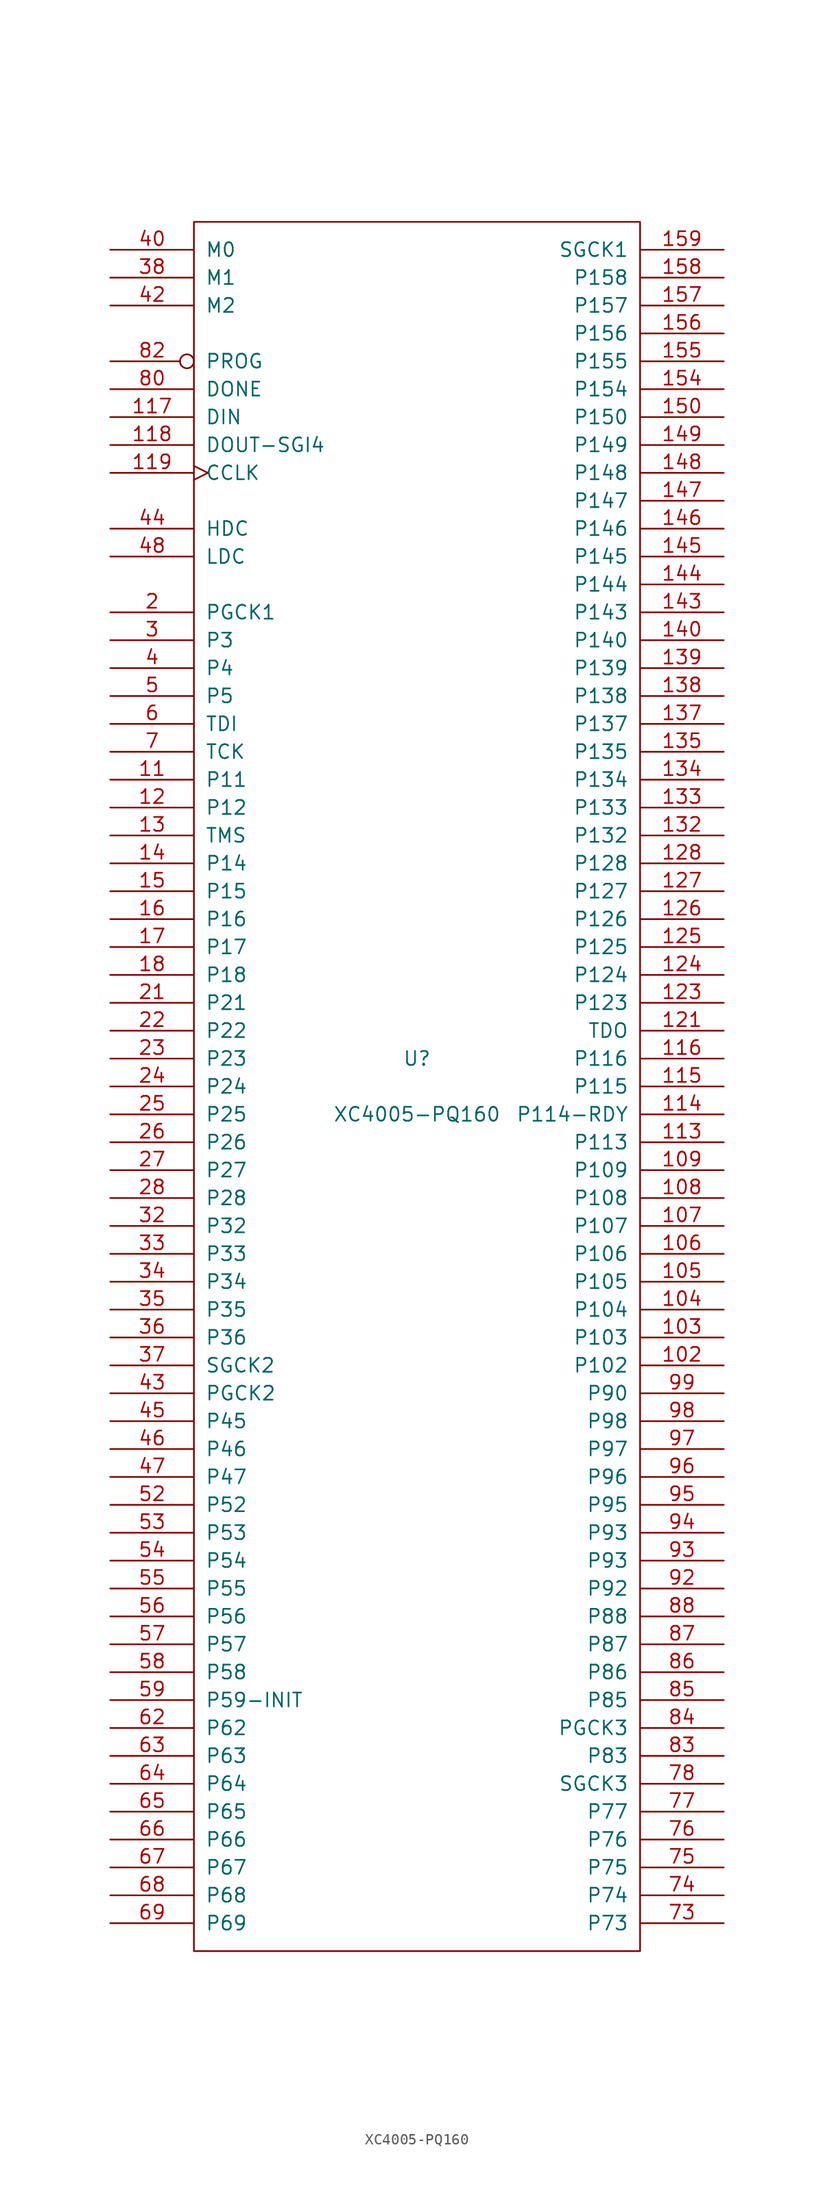
<source format=kicad_sym>
(kicad_symbol_lib
  (version 20211014)
  (generator kicad_symbol_editor)
  (symbol "XC4005-PQ160"
    (pin_names
      (offset 1.016))
    (property "Reference" "U"
      (at 0 2.54 0)
      (effects (font (size 1.27 1.27))))
    (property "Value" "XC4005-PQ160"
      (at 0 -2.54 0)
      (effects (font (size 1.27 1.27))))
    (symbol "XC4005-PQ160_0_1"
      (rectangle (start -20.32 -78.74) (end 20.32 78.74) (stroke (width 0) (type default) (color 0 0 0 0)) (fill (type none))))
    (symbol "XC4005-PQ160_1_1"
      (pin power_in line (at -20.32 -78.74 90) (length 0) hide (name "GND" (effects (font (size 1.27 1.27)))) (number "1" (effects (font (size 1.27 1.27)))))
      (pin power_in line (at -17.78 -78.74 90) (length 0) hide (name "GND" (effects (font (size 1.27 1.27)))) (number "10" (effects (font (size 1.27 1.27)))))
      (pin power_in line (at 0 78.74 270) (length 0) hide (name "VCC" (effects (font (size 1.27 1.27)))) (number "100" (effects (font (size 1.27 1.27)))))
      (pin power_in line (at 5.08 -78.74 90) (length 0) hide (name "GND" (effects (font (size 1.27 1.27)))) (number "101" (effects (font (size 1.27 1.27)))))
      (pin passive line (at 27.94 -25.4 180) (length 7.62) (name "P102" (effects (font (size 1.27 1.27)))) (number "102" (effects (font (size 1.27 1.27)))))
      (pin passive line (at 27.94 -22.86 180) (length 7.62) (name "P103" (effects (font (size 1.27 1.27)))) (number "103" (effects (font (size 1.27 1.27)))))
      (pin passive line (at 27.94 -20.32 180) (length 7.62) (name "P104" (effects (font (size 1.27 1.27)))) (number "104" (effects (font (size 1.27 1.27)))))
      (pin passive line (at 27.94 -17.78 180) (length 7.62) (name "P105" (effects (font (size 1.27 1.27)))) (number "105" (effects (font (size 1.27 1.27)))))
      (pin passive line (at 27.94 -15.24 180) (length 7.62) (name "P106" (effects (font (size 1.27 1.27)))) (number "106" (effects (font (size 1.27 1.27)))))
      (pin passive line (at 27.94 -12.7 180) (length 7.62) (name "P107" (effects (font (size 1.27 1.27)))) (number "107" (effects (font (size 1.27 1.27)))))
      (pin passive line (at 27.94 -10.16 180) (length 7.62) (name "P108" (effects (font (size 1.27 1.27)))) (number "108" (effects (font (size 1.27 1.27)))))
      (pin passive line (at 27.94 -7.62 180) (length 7.62) (name "P109" (effects (font (size 1.27 1.27)))) (number "109" (effects (font (size 1.27 1.27)))))
      (pin passive line (at -27.94 27.94 0) (length 7.62) (name "P11" (effects (font (size 1.27 1.27)))) (number "11" (effects (font (size 1.27 1.27)))))
      (pin power_in line (at 7.62 -78.74 90) (length 0) hide (name "GND" (effects (font (size 1.27 1.27)))) (number "110" (effects (font (size 1.27 1.27)))))
      (pin passive line (at 27.94 -5.08 180) (length 7.62) (name "P113" (effects (font (size 1.27 1.27)))) (number "113" (effects (font (size 1.27 1.27)))))
      (pin passive line (at 27.94 -2.54 180) (length 7.62) (name "P114-RDY" (effects (font (size 1.27 1.27)))) (number "114" (effects (font (size 1.27 1.27)))))
      (pin passive line (at 27.94 0 180) (length 7.62) (name "P115" (effects (font (size 1.27 1.27)))) (number "115" (effects (font (size 1.27 1.27)))))
      (pin passive line (at 27.94 2.54 180) (length 7.62) (name "P116" (effects (font (size 1.27 1.27)))) (number "116" (effects (font (size 1.27 1.27)))))
      (pin input line (at -27.94 60.96 0) (length 7.62) (name "DIN" (effects (font (size 1.27 1.27)))) (number "117" (effects (font (size 1.27 1.27)))))
      (pin passive line (at -27.94 58.42 0) (length 7.62) (name "DOUT-SGI4" (effects (font (size 1.27 1.27)))) (number "118" (effects (font (size 1.27 1.27)))))
      (pin passive clock (at -27.94 55.88 0) (length 7.62) (name "CCLK" (effects (font (size 1.27 1.27)))) (number "119" (effects (font (size 1.27 1.27)))))
      (pin passive line (at -27.94 25.4 0) (length 7.62) (name "P12" (effects (font (size 1.27 1.27)))) (number "12" (effects (font (size 1.27 1.27)))))
      (pin power_in line (at 2.54 78.74 270) (length 0) hide (name "VCC" (effects (font (size 1.27 1.27)))) (number "120" (effects (font (size 1.27 1.27)))))
      (pin output line (at 27.94 5.08 180) (length 7.62) (name "TDO" (effects (font (size 1.27 1.27)))) (number "121" (effects (font (size 1.27 1.27)))))
      (pin power_in line (at 10.16 -78.74 90) (length 0) hide (name "GND" (effects (font (size 1.27 1.27)))) (number "122" (effects (font (size 1.27 1.27)))))
      (pin passive line (at 27.94 7.62 180) (length 7.62) (name "P123" (effects (font (size 1.27 1.27)))) (number "123" (effects (font (size 1.27 1.27)))))
      (pin passive line (at 27.94 10.16 180) (length 7.62) (name "P124" (effects (font (size 1.27 1.27)))) (number "124" (effects (font (size 1.27 1.27)))))
      (pin passive line (at 27.94 12.7 180) (length 7.62) (name "P125" (effects (font (size 1.27 1.27)))) (number "125" (effects (font (size 1.27 1.27)))))
      (pin passive line (at 27.94 15.24 180) (length 7.62) (name "P126" (effects (font (size 1.27 1.27)))) (number "126" (effects (font (size 1.27 1.27)))))
      (pin passive line (at 27.94 17.78 180) (length 7.62) (name "P127" (effects (font (size 1.27 1.27)))) (number "127" (effects (font (size 1.27 1.27)))))
      (pin passive line (at 27.94 20.32 180) (length 7.62) (name "P128" (effects (font (size 1.27 1.27)))) (number "128" (effects (font (size 1.27 1.27)))))
      (pin passive line (at -27.94 22.86 0) (length 7.62) (name "TMS" (effects (font (size 1.27 1.27)))) (number "13" (effects (font (size 1.27 1.27)))))
      (pin power_in line (at 12.7 -78.74 90) (length 0) hide (name "GND" (effects (font (size 1.27 1.27)))) (number "131" (effects (font (size 1.27 1.27)))))
      (pin passive line (at 27.94 22.86 180) (length 7.62) (name "P132" (effects (font (size 1.27 1.27)))) (number "132" (effects (font (size 1.27 1.27)))))
      (pin passive line (at 27.94 25.4 180) (length 7.62) (name "P133" (effects (font (size 1.27 1.27)))) (number "133" (effects (font (size 1.27 1.27)))))
      (pin passive line (at 27.94 27.94 180) (length 7.62) (name "P134" (effects (font (size 1.27 1.27)))) (number "134" (effects (font (size 1.27 1.27)))))
      (pin passive line (at 27.94 30.48 180) (length 7.62) (name "P135" (effects (font (size 1.27 1.27)))) (number "135" (effects (font (size 1.27 1.27)))))
      (pin passive line (at 27.94 33.02 180) (length 7.62) (name "P137" (effects (font (size 1.27 1.27)))) (number "137" (effects (font (size 1.27 1.27)))))
      (pin passive line (at 27.94 35.56 180) (length 7.62) (name "P138" (effects (font (size 1.27 1.27)))) (number "138" (effects (font (size 1.27 1.27)))))
      (pin passive line (at 27.94 38.1 180) (length 7.62) (name "P139" (effects (font (size 1.27 1.27)))) (number "139" (effects (font (size 1.27 1.27)))))
      (pin passive line (at -27.94 20.32 0) (length 7.62) (name "P14" (effects (font (size 1.27 1.27)))) (number "14" (effects (font (size 1.27 1.27)))))
      (pin passive line (at 27.94 40.64 180) (length 7.62) (name "P140" (effects (font (size 1.27 1.27)))) (number "140" (effects (font (size 1.27 1.27)))))
      (pin power_in line (at 15.24 -78.74 90) (length 0) hide (name "GND" (effects (font (size 1.27 1.27)))) (number "141" (effects (font (size 1.27 1.27)))))
      (pin power_in line (at 5.08 78.74 270) (length 0) hide (name "VCC" (effects (font (size 1.27 1.27)))) (number "142" (effects (font (size 1.27 1.27)))))
      (pin passive line (at 27.94 43.18 180) (length 7.62) (name "P143" (effects (font (size 1.27 1.27)))) (number "143" (effects (font (size 1.27 1.27)))))
      (pin passive line (at 27.94 45.72 180) (length 7.62) (name "P144" (effects (font (size 1.27 1.27)))) (number "144" (effects (font (size 1.27 1.27)))))
      (pin passive line (at 27.94 48.26 180) (length 7.62) (name "P145" (effects (font (size 1.27 1.27)))) (number "145" (effects (font (size 1.27 1.27)))))
      (pin passive line (at 27.94 50.8 180) (length 7.62) (name "P146" (effects (font (size 1.27 1.27)))) (number "146" (effects (font (size 1.27 1.27)))))
      (pin passive line (at 27.94 53.34 180) (length 7.62) (name "P147" (effects (font (size 1.27 1.27)))) (number "147" (effects (font (size 1.27 1.27)))))
      (pin passive line (at 27.94 55.88 180) (length 7.62) (name "P148" (effects (font (size 1.27 1.27)))) (number "148" (effects (font (size 1.27 1.27)))))
      (pin passive line (at 27.94 58.42 180) (length 7.62) (name "P149" (effects (font (size 1.27 1.27)))) (number "149" (effects (font (size 1.27 1.27)))))
      (pin passive line (at -27.94 17.78 0) (length 7.62) (name "P15" (effects (font (size 1.27 1.27)))) (number "15" (effects (font (size 1.27 1.27)))))
      (pin passive line (at 27.94 60.96 180) (length 7.62) (name "P150" (effects (font (size 1.27 1.27)))) (number "150" (effects (font (size 1.27 1.27)))))
      (pin power_in line (at 17.78 -78.74 90) (length 0) hide (name "GND" (effects (font (size 1.27 1.27)))) (number "151" (effects (font (size 1.27 1.27)))))
      (pin passive line (at 27.94 63.5 180) (length 7.62) (name "P154" (effects (font (size 1.27 1.27)))) (number "154" (effects (font (size 1.27 1.27)))))
      (pin passive line (at 27.94 66.04 180) (length 7.62) (name "P155" (effects (font (size 1.27 1.27)))) (number "155" (effects (font (size 1.27 1.27)))))
      (pin passive line (at 27.94 68.58 180) (length 7.62) (name "P156" (effects (font (size 1.27 1.27)))) (number "156" (effects (font (size 1.27 1.27)))))
      (pin passive line (at 27.94 71.12 180) (length 7.62) (name "P157" (effects (font (size 1.27 1.27)))) (number "157" (effects (font (size 1.27 1.27)))))
      (pin passive line (at 27.94 73.66 180) (length 7.62) (name "P158" (effects (font (size 1.27 1.27)))) (number "158" (effects (font (size 1.27 1.27)))))
      (pin passive line (at 27.94 76.2 180) (length 7.62) (name "SGCK1" (effects (font (size 1.27 1.27)))) (number "159" (effects (font (size 1.27 1.27)))))
      (pin passive line (at -27.94 15.24 0) (length 7.62) (name "P16" (effects (font (size 1.27 1.27)))) (number "16" (effects (font (size 1.27 1.27)))))
      (pin power_in line (at 7.62 78.74 270) (length 0) hide (name "VCC" (effects (font (size 1.27 1.27)))) (number "160" (effects (font (size 1.27 1.27)))))
      (pin passive line (at -27.94 12.7 0) (length 7.62) (name "P17" (effects (font (size 1.27 1.27)))) (number "17" (effects (font (size 1.27 1.27)))))
      (pin passive line (at -27.94 10.16 0) (length 7.62) (name "P18" (effects (font (size 1.27 1.27)))) (number "18" (effects (font (size 1.27 1.27)))))
      (pin power_in line (at -15.24 -78.74 90) (length 0) hide (name "GND" (effects (font (size 1.27 1.27)))) (number "19" (effects (font (size 1.27 1.27)))))
      (pin bidirectional line (at -27.94 43.18 0) (length 7.62) (name "PGCK1" (effects (font (size 1.27 1.27)))) (number "2" (effects (font (size 1.27 1.27)))))
      (pin power_in line (at -5.08 78.74 270) (length 0) hide (name "VCC" (effects (font (size 1.27 1.27)))) (number "20" (effects (font (size 1.27 1.27)))))
      (pin passive line (at -27.94 7.62 0) (length 7.62) (name "P21" (effects (font (size 1.27 1.27)))) (number "21" (effects (font (size 1.27 1.27)))))
      (pin passive line (at -27.94 5.08 0) (length 7.62) (name "P22" (effects (font (size 1.27 1.27)))) (number "22" (effects (font (size 1.27 1.27)))))
      (pin passive line (at -27.94 2.54 0) (length 7.62) (name "P23" (effects (font (size 1.27 1.27)))) (number "23" (effects (font (size 1.27 1.27)))))
      (pin passive line (at -27.94 0 0) (length 7.62) (name "P24" (effects (font (size 1.27 1.27)))) (number "24" (effects (font (size 1.27 1.27)))))
      (pin passive line (at -27.94 -2.54 0) (length 7.62) (name "P25" (effects (font (size 1.27 1.27)))) (number "25" (effects (font (size 1.27 1.27)))))
      (pin passive line (at -27.94 -5.08 0) (length 7.62) (name "P26" (effects (font (size 1.27 1.27)))) (number "26" (effects (font (size 1.27 1.27)))))
      (pin passive line (at -27.94 -7.62 0) (length 7.62) (name "P27" (effects (font (size 1.27 1.27)))) (number "27" (effects (font (size 1.27 1.27)))))
      (pin passive line (at -27.94 -10.16 0) (length 7.62) (name "P28" (effects (font (size 1.27 1.27)))) (number "28" (effects (font (size 1.27 1.27)))))
      (pin power_in line (at -12.7 -78.74 90) (length 0) hide (name "GND" (effects (font (size 1.27 1.27)))) (number "29" (effects (font (size 1.27 1.27)))))
      (pin passive line (at -27.94 40.64 0) (length 7.62) (name "P3" (effects (font (size 1.27 1.27)))) (number "3" (effects (font (size 1.27 1.27)))))
      (pin passive line (at -27.94 -12.7 0) (length 7.62) (name "P32" (effects (font (size 1.27 1.27)))) (number "32" (effects (font (size 1.27 1.27)))))
      (pin passive line (at -27.94 -15.24 0) (length 7.62) (name "P33" (effects (font (size 1.27 1.27)))) (number "33" (effects (font (size 1.27 1.27)))))
      (pin passive line (at -27.94 -17.78 0) (length 7.62) (name "P34" (effects (font (size 1.27 1.27)))) (number "34" (effects (font (size 1.27 1.27)))))
      (pin passive line (at -27.94 -20.32 0) (length 7.62) (name "P35" (effects (font (size 1.27 1.27)))) (number "35" (effects (font (size 1.27 1.27)))))
      (pin passive line (at -27.94 -22.86 0) (length 7.62) (name "P36" (effects (font (size 1.27 1.27)))) (number "36" (effects (font (size 1.27 1.27)))))
      (pin passive line (at -27.94 -25.4 0) (length 7.62) (name "SGCK2" (effects (font (size 1.27 1.27)))) (number "37" (effects (font (size 1.27 1.27)))))
      (pin input line (at -27.94 73.66 0) (length 7.62) (name "M1" (effects (font (size 1.27 1.27)))) (number "38" (effects (font (size 1.27 1.27)))))
      (pin power_in line (at -10.16 -78.74 90) (length 0) hide (name "GND" (effects (font (size 1.27 1.27)))) (number "39" (effects (font (size 1.27 1.27)))))
      (pin passive line (at -27.94 38.1 0) (length 7.62) (name "P4" (effects (font (size 1.27 1.27)))) (number "4" (effects (font (size 1.27 1.27)))))
      (pin input line (at -27.94 76.2 0) (length 7.62) (name "M0" (effects (font (size 1.27 1.27)))) (number "40" (effects (font (size 1.27 1.27)))))
      (pin power_in line (at -10.16 78.74 270) (length 0) hide (name "VCC" (effects (font (size 1.27 1.27)))) (number "41" (effects (font (size 1.27 1.27)))))
      (pin input line (at -27.94 71.12 0) (length 7.62) (name "M2" (effects (font (size 1.27 1.27)))) (number "42" (effects (font (size 1.27 1.27)))))
      (pin passive line (at -27.94 -27.94 0) (length 7.62) (name "PGCK2" (effects (font (size 1.27 1.27)))) (number "43" (effects (font (size 1.27 1.27)))))
      (pin passive line (at -27.94 50.8 0) (length 7.62) (name "HDC" (effects (font (size 1.27 1.27)))) (number "44" (effects (font (size 1.27 1.27)))))
      (pin passive line (at -27.94 -30.48 0) (length 7.62) (name "P45" (effects (font (size 1.27 1.27)))) (number "45" (effects (font (size 1.27 1.27)))))
      (pin passive line (at -27.94 -33.02 0) (length 7.62) (name "P46" (effects (font (size 1.27 1.27)))) (number "46" (effects (font (size 1.27 1.27)))))
      (pin passive line (at -27.94 -35.56 0) (length 7.62) (name "P47" (effects (font (size 1.27 1.27)))) (number "47" (effects (font (size 1.27 1.27)))))
      (pin passive line (at -27.94 48.26 0) (length 7.62) (name "LDC" (effects (font (size 1.27 1.27)))) (number "48" (effects (font (size 1.27 1.27)))))
      (pin passive line (at -27.94 35.56 0) (length 7.62) (name "P5" (effects (font (size 1.27 1.27)))) (number "5" (effects (font (size 1.27 1.27)))))
      (pin power_in line (at -7.62 -78.74 90) (length 0) hide (name "GND" (effects (font (size 1.27 1.27)))) (number "51" (effects (font (size 1.27 1.27)))))
      (pin passive line (at -27.94 -38.1 0) (length 7.62) (name "P52" (effects (font (size 1.27 1.27)))) (number "52" (effects (font (size 1.27 1.27)))))
      (pin passive line (at -27.94 -40.64 0) (length 7.62) (name "P53" (effects (font (size 1.27 1.27)))) (number "53" (effects (font (size 1.27 1.27)))))
      (pin passive line (at -27.94 -43.18 0) (length 7.62) (name "P54" (effects (font (size 1.27 1.27)))) (number "54" (effects (font (size 1.27 1.27)))))
      (pin passive line (at -27.94 -45.72 0) (length 7.62) (name "P55" (effects (font (size 1.27 1.27)))) (number "55" (effects (font (size 1.27 1.27)))))
      (pin passive line (at -27.94 -48.26 0) (length 7.62) (name "P56" (effects (font (size 1.27 1.27)))) (number "56" (effects (font (size 1.27 1.27)))))
      (pin passive line (at -27.94 -50.8 0) (length 7.62) (name "P57" (effects (font (size 1.27 1.27)))) (number "57" (effects (font (size 1.27 1.27)))))
      (pin passive line (at -27.94 -53.34 0) (length 7.62) (name "P58" (effects (font (size 1.27 1.27)))) (number "58" (effects (font (size 1.27 1.27)))))
      (pin passive line (at -27.94 -55.88 0) (length 7.62) (name "P59-INIT" (effects (font (size 1.27 1.27)))) (number "59" (effects (font (size 1.27 1.27)))))
      (pin passive line (at -27.94 33.02 0) (length 7.62) (name "TDI" (effects (font (size 1.27 1.27)))) (number "6" (effects (font (size 1.27 1.27)))))
      (pin power_in line (at -7.62 78.74 270) (length 0) hide (name "VCC" (effects (font (size 1.27 1.27)))) (number "60" (effects (font (size 1.27 1.27)))))
      (pin power_in line (at -5.08 -78.74 90) (length 0) hide (name "GND" (effects (font (size 1.27 1.27)))) (number "61" (effects (font (size 1.27 1.27)))))
      (pin passive line (at -27.94 -58.42 0) (length 7.62) (name "P62" (effects (font (size 1.27 1.27)))) (number "62" (effects (font (size 1.27 1.27)))))
      (pin passive line (at -27.94 -60.96 0) (length 7.62) (name "P63" (effects (font (size 1.27 1.27)))) (number "63" (effects (font (size 1.27 1.27)))))
      (pin passive line (at -27.94 -63.5 0) (length 7.62) (name "P64" (effects (font (size 1.27 1.27)))) (number "64" (effects (font (size 1.27 1.27)))))
      (pin passive line (at -27.94 -66.04 0) (length 7.62) (name "P65" (effects (font (size 1.27 1.27)))) (number "65" (effects (font (size 1.27 1.27)))))
      (pin passive line (at -27.94 -68.58 0) (length 7.62) (name "P66" (effects (font (size 1.27 1.27)))) (number "66" (effects (font (size 1.27 1.27)))))
      (pin passive line (at -27.94 -71.12 0) (length 7.62) (name "P67" (effects (font (size 1.27 1.27)))) (number "67" (effects (font (size 1.27 1.27)))))
      (pin bidirectional line (at -27.94 -73.66 0) (length 7.62) (name "P68" (effects (font (size 1.27 1.27)))) (number "68" (effects (font (size 1.27 1.27)))))
      (pin passive line (at -27.94 -76.2 0) (length 7.62) (name "P69" (effects (font (size 1.27 1.27)))) (number "69" (effects (font (size 1.27 1.27)))))
      (pin passive line (at -27.94 30.48 0) (length 7.62) (name "TCK" (effects (font (size 1.27 1.27)))) (number "7" (effects (font (size 1.27 1.27)))))
      (pin power_in line (at -2.54 -78.74 90) (length 0) hide (name "GND" (effects (font (size 1.27 1.27)))) (number "70" (effects (font (size 1.27 1.27)))))
      (pin passive line (at 27.94 -76.2 180) (length 7.62) (name "P73" (effects (font (size 1.27 1.27)))) (number "73" (effects (font (size 1.27 1.27)))))
      (pin passive line (at 27.94 -73.66 180) (length 7.62) (name "P74" (effects (font (size 1.27 1.27)))) (number "74" (effects (font (size 1.27 1.27)))))
      (pin passive line (at 27.94 -71.12 180) (length 7.62) (name "P75" (effects (font (size 1.27 1.27)))) (number "75" (effects (font (size 1.27 1.27)))))
      (pin passive line (at 27.94 -68.58 180) (length 7.62) (name "P76" (effects (font (size 1.27 1.27)))) (number "76" (effects (font (size 1.27 1.27)))))
      (pin passive line (at 27.94 -66.04 180) (length 7.62) (name "P77" (effects (font (size 1.27 1.27)))) (number "77" (effects (font (size 1.27 1.27)))))
      (pin passive line (at 27.94 -63.5 180) (length 7.62) (name "SGCK3" (effects (font (size 1.27 1.27)))) (number "78" (effects (font (size 1.27 1.27)))))
      (pin power_in line (at 0 -78.74 90) (length 0) hide (name "GND" (effects (font (size 1.27 1.27)))) (number "79" (effects (font (size 1.27 1.27)))))
      (pin bidirectional line (at -27.94 63.5 0) (length 7.62) (name "DONE" (effects (font (size 1.27 1.27)))) (number "80" (effects (font (size 1.27 1.27)))))
      (pin power_in line (at -2.54 78.74 270) (length 0) hide (name "VCC" (effects (font (size 1.27 1.27)))) (number "81" (effects (font (size 1.27 1.27)))))
      (pin input inverted (at -27.94 66.04 0) (length 7.62) (name "PROG" (effects (font (size 1.27 1.27)))) (number "82" (effects (font (size 1.27 1.27)))))
      (pin passive line (at 27.94 -60.96 180) (length 7.62) (name "P83" (effects (font (size 1.27 1.27)))) (number "83" (effects (font (size 1.27 1.27)))))
      (pin passive line (at 27.94 -58.42 180) (length 7.62) (name "PGCK3" (effects (font (size 1.27 1.27)))) (number "84" (effects (font (size 1.27 1.27)))))
      (pin passive line (at 27.94 -55.88 180) (length 7.62) (name "P85" (effects (font (size 1.27 1.27)))) (number "85" (effects (font (size 1.27 1.27)))))
      (pin passive line (at 27.94 -53.34 180) (length 7.62) (name "P86" (effects (font (size 1.27 1.27)))) (number "86" (effects (font (size 1.27 1.27)))))
      (pin passive line (at 27.94 -50.8 180) (length 7.62) (name "P87" (effects (font (size 1.27 1.27)))) (number "87" (effects (font (size 1.27 1.27)))))
      (pin passive line (at 27.94 -48.26 180) (length 7.62) (name "P88" (effects (font (size 1.27 1.27)))) (number "88" (effects (font (size 1.27 1.27)))))
      (pin power_in line (at 2.54 -78.74 90) (length 0) hide (name "GND" (effects (font (size 1.27 1.27)))) (number "91" (effects (font (size 1.27 1.27)))))
      (pin passive line (at 27.94 -45.72 180) (length 7.62) (name "P92" (effects (font (size 1.27 1.27)))) (number "92" (effects (font (size 1.27 1.27)))))
      (pin passive line (at 27.94 -43.18 180) (length 7.62) (name "P93" (effects (font (size 1.27 1.27)))) (number "93" (effects (font (size 1.27 1.27)))))
      (pin passive line (at 27.94 -40.64 180) (length 7.62) (name "P93" (effects (font (size 1.27 1.27)))) (number "94" (effects (font (size 1.27 1.27)))))
      (pin passive line (at 27.94 -38.1 180) (length 7.62) (name "P95" (effects (font (size 1.27 1.27)))) (number "95" (effects (font (size 1.27 1.27)))))
      (pin passive line (at 27.94 -35.56 180) (length 7.62) (name "P96" (effects (font (size 1.27 1.27)))) (number "96" (effects (font (size 1.27 1.27)))))
      (pin passive line (at 27.94 -33.02 180) (length 7.62) (name "P97" (effects (font (size 1.27 1.27)))) (number "97" (effects (font (size 1.27 1.27)))))
      (pin passive line (at 27.94 -30.48 180) (length 7.62) (name "P98" (effects (font (size 1.27 1.27)))) (number "98" (effects (font (size 1.27 1.27)))))
      (pin passive line (at 27.94 -27.94 180) (length 7.62) (name "P90" (effects (font (size 1.27 1.27)))) (number "99" (effects (font (size 1.27 1.27))))))))
</source>
